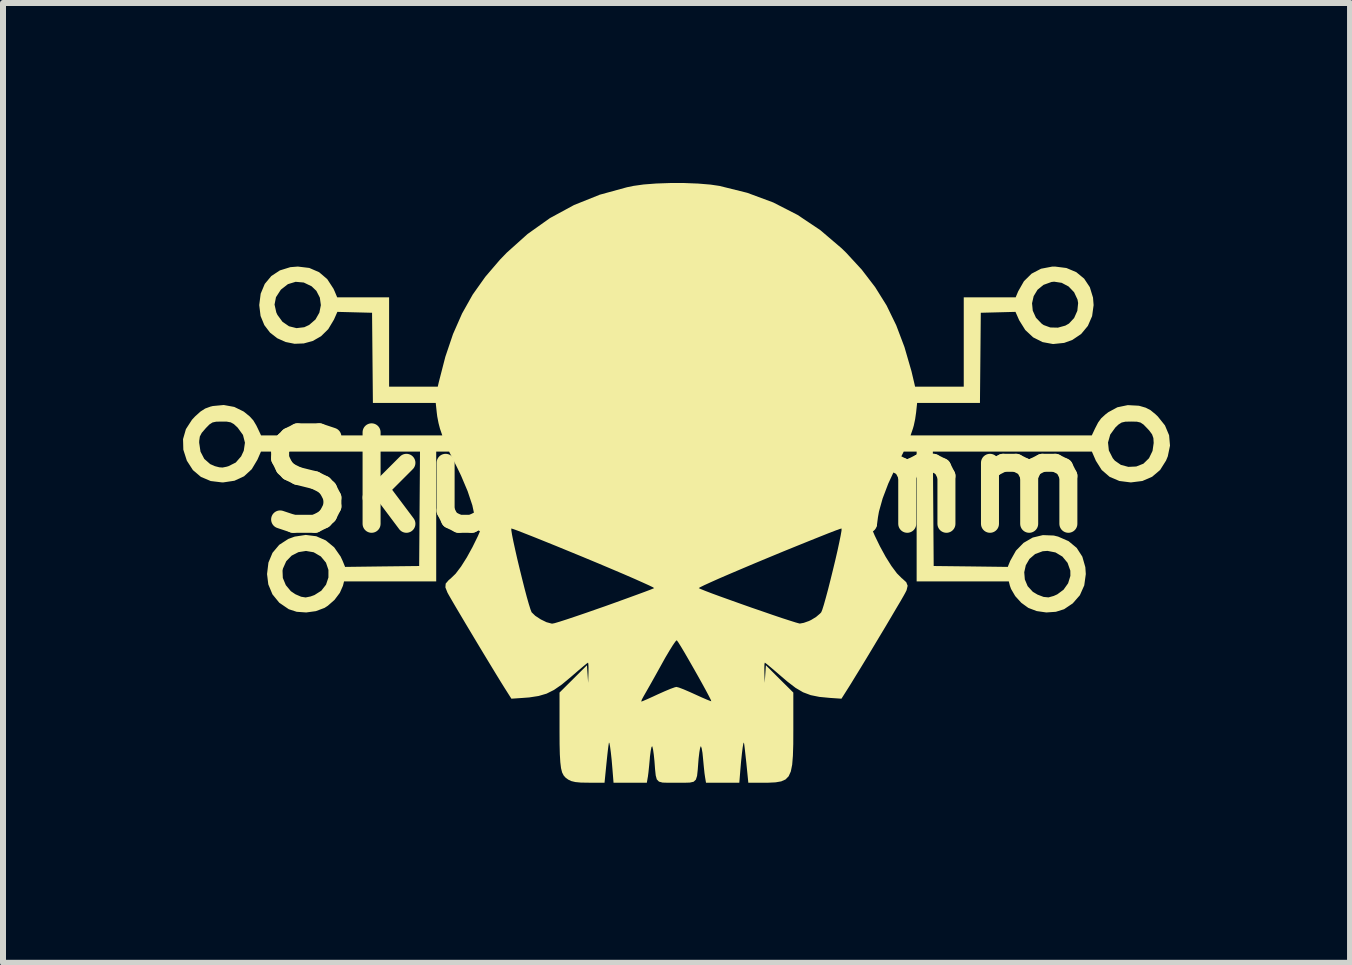
<source format=kicad_pcb>
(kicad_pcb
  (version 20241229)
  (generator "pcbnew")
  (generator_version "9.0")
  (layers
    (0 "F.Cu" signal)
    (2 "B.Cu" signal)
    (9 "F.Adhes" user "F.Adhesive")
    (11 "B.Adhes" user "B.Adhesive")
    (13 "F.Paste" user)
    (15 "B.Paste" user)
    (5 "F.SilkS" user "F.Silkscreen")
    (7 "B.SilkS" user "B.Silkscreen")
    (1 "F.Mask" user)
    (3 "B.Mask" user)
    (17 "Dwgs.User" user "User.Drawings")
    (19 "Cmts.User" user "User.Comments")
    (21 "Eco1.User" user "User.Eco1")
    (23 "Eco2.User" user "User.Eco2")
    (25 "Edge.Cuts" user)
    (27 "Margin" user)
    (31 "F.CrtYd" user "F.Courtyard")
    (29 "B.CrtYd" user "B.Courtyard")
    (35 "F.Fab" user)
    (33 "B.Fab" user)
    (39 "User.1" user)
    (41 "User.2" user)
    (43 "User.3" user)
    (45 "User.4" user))
  (footprint "Skull_10mm"
    (layer "F.Cu")
    (at 8.222 4.989)
    (property "Reference" "Skull_10mm" (at 0 0 0) (layer "F.SilkS") (effects (font (size 1.524 1.524) (thickness 0.3))))
    (attr board_only exclude_from_pos_files exclude_from_bom)
    (fp_poly (pts (xy 0.133 -4.989) (xy 0.362 -4.98) (xy 0.567 -4.963) (xy 0.717 -4.941) (xy 1.18 -4.826) (xy 1.614 -4.665) (xy 2.02 -4.457) (xy 2.399 -4.203) (xy 2.752 -3.902) (xy 2.827 -3.829) (xy 3.088 -3.546) (xy 3.311 -3.255) (xy 3.502 -2.949) (xy 3.663 -2.618) (xy 3.8 -2.256) (xy 3.917 -1.852) (xy 3.96 -1.67) (xy 3.977 -1.596) (xy 4.788 -1.596) (xy 4.788 -2.985) (xy 5.926 -2.985) (xy 5.938 -2.862) (xy 5.991 -2.745) (xy 6.087 -2.645) (xy 6.12 -2.622) (xy 6.23 -2.582) (xy 6.357 -2.579) (xy 6.481 -2.613) (xy 6.541 -2.647) (xy 6.627 -2.739) (xy 6.681 -2.86) (xy 6.694 -2.989) (xy 6.684 -3.047) (xy 6.627 -3.169) (xy 6.535 -3.265) (xy 6.42 -3.326) (xy 6.294 -3.345) (xy 6.25 -3.34) (xy 6.117 -3.292) (xy 6.017 -3.21) (xy 5.953 -3.104) (xy 5.926 -2.985) (xy 4.788 -2.985) (xy 4.788 -3.084) (xy 5.653 -3.084) (xy 5.695 -3.184) (xy 5.791 -3.353) (xy 5.919 -3.479) (xy 6.076 -3.561) (xy 6.26 -3.596) (xy 6.309 -3.597) (xy 6.499 -3.573) (xy 6.663 -3.504) (xy 6.794 -3.396) (xy 6.889 -3.253) (xy 6.942 -3.08) (xy 6.952 -2.955) (xy 6.927 -2.771) (xy 6.856 -2.608) (xy 6.744 -2.473) (xy 6.597 -2.374) (xy 6.461 -2.325) (xy 6.276 -2.306) (xy 6.102 -2.338) (xy 5.945 -2.417) (xy 5.813 -2.54) (xy 5.712 -2.702) (xy 5.707 -2.713) (xy 5.65 -2.842) (xy 5.072 -2.827) (xy 5.065 -2.076) (xy 5.058 -1.325) (xy 4.011 -1.325) (xy 3.994 -1.165) (xy 3.978 -1.054) (xy 3.955 -0.946) (xy 3.94 -0.895) (xy 3.902 -0.784) (xy 6.922 -0.784) (xy 6.976 -0.899) (xy 7.027 -0.998) (xy 7.078 -1.068) (xy 7.15 -1.134) (xy 7.197 -1.17) (xy 7.348 -1.252) (xy 7.521 -1.288) (xy 7.704 -1.278) (xy 7.725 -1.273) (xy 7.821 -1.245) (xy 7.9 -1.204) (xy 7.983 -1.136) (xy 8.021 -1.1) (xy 8.141 -0.95) (xy 8.21 -0.786) (xy 8.225 -0.613) (xy 8.188 -0.434) (xy 8.159 -0.364) (xy 8.06 -0.207) (xy 7.927 -0.094) (xy 7.765 -0.024) (xy 7.574 -0.000009) (xy 7.57 0) (xy 7.381 -0.024) (xy 7.219 -0.093) (xy 7.087 -0.207) (xy 6.989 -0.362) (xy 6.982 -0.379) (xy 6.923 -0.514) (xy 4.273 -0.514) (xy 4.28 0.44) (xy 4.287 1.393) (xy 4.904 1.4) (xy 5.521 1.408) (xy 5.563 1.306) (xy 5.658 1.137) (xy 5.785 1.007) (xy 5.937 0.919) (xy 6.107 0.878) (xy 6.288 0.885) (xy 6.361 0.903) (xy 6.535 0.979) (xy 6.67 1.091) (xy 6.764 1.237) (xy 6.814 1.412) (xy 6.822 1.527) (xy 6.796 1.716) (xy 6.723 1.88) (xy 6.604 2.016) (xy 6.46 2.113) (xy 6.323 2.156) (xy 6.164 2.167) (xy 6.003 2.144) (xy 5.864 2.091) (xy 5.747 2.006) (xy 5.646 1.895) (xy 5.576 1.775) (xy 5.557 1.722) (xy 5.539 1.65) (xy 4.003 1.65) (xy 4.003 1.497) (xy 5.796 1.497) (xy 5.806 1.617) (xy 5.853 1.729) (xy 5.939 1.823) (xy 6.018 1.87) (xy 6.118 1.908) (xy 6.2 1.916) (xy 6.287 1.892) (xy 6.347 1.865) (xy 6.451 1.788) (xy 6.527 1.681) (xy 6.565 1.558) (xy 6.564 1.47) (xy 6.518 1.34) (xy 6.432 1.236) (xy 6.317 1.167) (xy 6.183 1.141) (xy 6.103 1.147) (xy 5.977 1.194) (xy 5.883 1.275) (xy 5.822 1.38) (xy 5.796 1.497) (xy 4.003 1.497) (xy 4.003 -0.514) (xy 3.788 -0.514) (xy 3.655 -0.25) (xy 3.53 0.02) (xy 3.436 0.268) (xy 3.375 0.486) (xy 3.358 0.582) (xy 3.336 0.744) (xy 3.224 0.514) (xy 3.172 0.412) (xy 3.14 0.358) (xy 3.127 0.349) (xy 3.129 0.379) (xy 3.166 0.529) (xy 3.226 0.7) (xy 3.303 0.883) (xy 3.392 1.066) (xy 3.487 1.24) (xy 3.583 1.393) (xy 3.675 1.516) (xy 3.757 1.598) (xy 3.762 1.601) (xy 3.83 1.663) (xy 3.853 1.722) (xy 3.835 1.797) (xy 3.816 1.835) (xy 3.788 1.886) (xy 3.737 1.975) (xy 3.665 2.096) (xy 3.579 2.242) (xy 3.482 2.406) (xy 3.378 2.579) (xy 3.272 2.756) (xy 3.168 2.929) (xy 3.07 3.09) (xy 2.982 3.233) (xy 2.91 3.351) (xy 2.868 3.418) (xy 2.75 3.604) (xy 2.559 3.591) (xy 2.382 3.574) (xy 2.238 3.545) (xy 2.11 3.497) (xy 1.986 3.424) (xy 1.849 3.319) (xy 1.76 3.243) (xy 1.658 3.155) (xy 1.571 3.081) (xy 1.508 3.029) (xy 1.475 3.004) (xy 1.473 3.003) (xy 1.467 3.027) (xy 1.465 3.091) (xy 1.466 3.172) (xy 1.471 3.341) (xy 1.481 3.194) (xy 1.491 3.047) (xy 1.719 3.275) (xy 1.948 3.502) (xy 1.948 4.119) (xy 1.947 4.361) (xy 1.941 4.554) (xy 1.929 4.704) (xy 1.906 4.817) (xy 1.87 4.897) (xy 1.818 4.95) (xy 1.746 4.982) (xy 1.652 4.998) (xy 1.533 5.004) (xy 1.452 5.004) (xy 1.198 5.004) (xy 1.165 4.673) (xy 1.151 4.546) (xy 1.139 4.439) (xy 1.13 4.365) (xy 1.124 4.334) (xy 1.124 4.334) (xy 1.115 4.352) (xy 1.104 4.417) (xy 1.091 4.521) (xy 1.077 4.655) (xy 1.066 4.781) (xy 1.048 5.004) (xy 0.493 5.004) (xy 0.478 4.916) (xy 0.468 4.847) (xy 0.457 4.744) (xy 0.446 4.628) (xy 0.444 4.606) (xy 0.434 4.506) (xy 0.421 4.432) (xy 0.409 4.397) (xy 0.406 4.396) (xy 0.394 4.427) (xy 0.382 4.498) (xy 0.37 4.598) (xy 0.366 4.645) (xy 0.355 4.79) (xy 0.344 4.89) (xy 0.324 4.953) (xy 0.287 4.988) (xy 0.224 5.002) (xy 0.127 5.005) (xy 0 5.004) (xy -0.136 5.005) (xy -0.231 5.002) (xy -0.291 4.986) (xy -0.327 4.949) (xy -0.345 4.883) (xy -0.356 4.78) (xy -0.366 4.645) (xy -0.377 4.538) (xy -0.389 4.453) (xy -0.401 4.403) (xy -0.406 4.396) (xy -0.417 4.415) (xy -0.429 4.476) (xy -0.441 4.568) (xy -0.444 4.606) (xy -0.455 4.723) (xy -0.466 4.83) (xy -0.476 4.907) (xy -0.478 4.916) (xy -0.493 5.004) (xy -1.048 5.004) (xy -1.066 4.781) (xy -1.079 4.627) (xy -1.093 4.498) (xy -1.106 4.401) (xy -1.117 4.345) (xy -1.124 4.334) (xy -1.129 4.362) (xy -1.139 4.434) (xy -1.151 4.538) (xy -1.164 4.664) (xy -1.165 4.673) (xy -1.198 5.004) (xy -1.458 5.004) (xy -1.592 5.002) (xy -1.685 4.993) (xy -1.752 4.977) (xy -1.802 4.953) (xy -1.845 4.922) (xy -1.879 4.884) (xy -1.905 4.833) (xy -1.923 4.761) (xy -1.935 4.662) (xy -1.943 4.53) (xy -1.947 4.358) (xy -1.948 4.139) (xy -1.948 4.114) (xy -1.948 3.65) (xy -0.586 3.65) (xy -0.583 3.652) (xy -0.554 3.641) (xy -0.486 3.612) (xy -0.391 3.569) (xy -0.307 3.53) (xy -0.195 3.48) (xy -0.097 3.439) (xy -0.027 3.414) (xy 0 3.408) (xy 0.043 3.419) (xy 0.122 3.449) (xy 0.224 3.493) (xy 0.31 3.532) (xy 0.418 3.581) (xy 0.506 3.619) (xy 0.564 3.642) (xy 0.581 3.647) (xy 0.572 3.621) (xy 0.539 3.556) (xy 0.489 3.462) (xy 0.426 3.347) (xy 0.354 3.218) (xy 0.278 3.084) (xy 0.203 2.953) (xy 0.134 2.834) (xy 0.075 2.735) (xy 0.031 2.665) (xy 0.007 2.632) (xy 0.005 2.63) (xy -0.016 2.65) (xy -0.058 2.71) (xy -0.116 2.803) (xy -0.186 2.921) (xy -0.257 3.049) (xy -0.337 3.193) (xy -0.412 3.327) (xy -0.476 3.44) (xy -0.524 3.524) (xy -0.547 3.564) (xy -0.577 3.62) (xy -0.586 3.65) (xy -1.948 3.65) (xy -1.948 3.502) (xy -1.491 3.047) (xy -1.481 3.194) (xy -1.471 3.341) (xy -1.466 3.172) (xy -1.465 3.084) (xy -1.468 3.023) (xy -1.473 3.003) (xy -1.496 3.019) (xy -1.552 3.065) (xy -1.634 3.134) (xy -1.732 3.219) (xy -1.76 3.243) (xy -1.91 3.368) (xy -2.04 3.458) (xy -2.164 3.52) (xy -2.297 3.559) (xy -2.453 3.583) (xy -2.559 3.591) (xy -2.75 3.604) (xy -2.868 3.418) (xy -2.926 3.325) (xy -3.002 3.201) (xy -3.092 3.053) (xy -3.192 2.888) (xy -3.297 2.714) (xy -3.403 2.537) (xy -3.506 2.365) (xy -3.601 2.205) (xy -3.684 2.065) (xy -3.751 1.95) (xy -3.797 1.87) (xy -3.816 1.835) (xy -3.85 1.749) (xy -3.845 1.686) (xy -3.795 1.628) (xy -3.762 1.601) (xy -3.68 1.522) (xy -3.589 1.402) (xy -3.493 1.25) (xy -3.398 1.077) (xy -3.308 0.894) (xy -3.254 0.768) (xy -2.752 0.768) (xy -2.751 0.799) (xy -2.739 0.874) (xy -2.717 0.984) (xy -2.687 1.121) (xy -2.652 1.276) (xy -2.612 1.442) (xy -2.571 1.608) (xy -2.531 1.767) (xy -2.493 1.911) (xy -2.459 2.03) (xy -2.432 2.116) (xy -2.414 2.162) (xy -2.413 2.164) (xy -2.352 2.223) (xy -2.262 2.282) (xy -2.166 2.329) (xy -2.082 2.352) (xy -2.067 2.353) (xy -2.028 2.345) (xy -1.944 2.32) (xy -1.823 2.281) (xy -1.671 2.23) (xy -1.495 2.17) (xy -1.301 2.102) (xy -1.2 2.067) (xy -1.002 1.996) (xy -0.82 1.93) (xy -0.661 1.872) (xy -0.53 1.824) (xy -0.435 1.788) (xy -0.381 1.766) (xy -0.372 1.761) (xy -0.372 1.761) (xy 0.372 1.761) (xy 0.372 1.761) (xy 0.405 1.777) (xy 0.482 1.808) (xy 0.594 1.851) (xy 0.736 1.903) (xy 0.898 1.961) (xy 1.074 2.024) (xy 1.255 2.088) (xy 1.436 2.15) (xy 1.606 2.209) (xy 1.76 2.261) (xy 1.89 2.303) (xy 1.988 2.334) (xy 2.046 2.35) (xy 2.057 2.352) (xy 2.122 2.34) (xy 2.207 2.31) (xy 2.245 2.292) (xy 2.327 2.242) (xy 2.394 2.185) (xy 2.413 2.164) (xy 2.43 2.123) (xy 2.456 2.041) (xy 2.489 1.924) (xy 2.527 1.783) (xy 2.567 1.625) (xy 2.608 1.459) (xy 2.648 1.293) (xy 2.684 1.137) (xy 2.714 0.997) (xy 2.737 0.884) (xy 2.751 0.805) (xy 2.752 0.769) (xy 2.752 0.768) (xy 2.725 0.775) (xy 2.653 0.801) (xy 2.541 0.844) (xy 2.393 0.903) (xy 2.216 0.974) (xy 2.013 1.056) (xy 1.789 1.147) (xy 1.55 1.246) (xy 1.545 1.248) (xy 1.307 1.347) (xy 1.085 1.441) (xy 0.885 1.526) (xy 0.711 1.601) (xy 0.568 1.665) (xy 0.461 1.714) (xy 0.394 1.747) (xy 0.372 1.761) (xy -0.372 1.761) (xy -0.392 1.747) (xy -0.458 1.715) (xy -0.564 1.667) (xy -0.705 1.604) (xy -0.878 1.529) (xy -1.078 1.444) (xy -1.298 1.351) (xy -1.536 1.252) (xy -1.545 1.248) (xy -1.784 1.15) (xy -2.008 1.058) (xy -2.211 0.976) (xy -2.39 0.904) (xy -2.538 0.846) (xy -2.651 0.802) (xy -2.723 0.776) (xy -2.751 0.768) (xy -2.752 0.768) (xy -3.254 0.768) (xy -3.23 0.711) (xy -3.169 0.539) (xy -3.13 0.387) (xy -3.129 0.379) (xy -3.127 0.348) (xy -3.143 0.362) (xy -3.177 0.421) (xy -3.224 0.514) (xy -3.336 0.744) (xy -3.358 0.582) (xy -3.401 0.381) (xy -3.479 0.147) (xy -3.589 -0.113) (xy -3.655 -0.25) (xy -3.788 -0.514) (xy -4.003 -0.514) (xy -4.003 1.65) (xy -5.539 1.65) (xy -5.557 1.722) (xy -5.609 1.84) (xy -5.698 1.958) (xy -5.81 2.056) (xy -5.864 2.091) (xy -6.008 2.145) (xy -6.169 2.167) (xy -6.328 2.156) (xy -6.46 2.113) (xy -6.618 2.005) (xy -6.732 1.865) (xy -6.801 1.699) (xy -6.822 1.527) (xy -6.815 1.47) (xy -6.564 1.47) (xy -6.559 1.592) (xy -6.509 1.712) (xy -6.425 1.813) (xy -6.349 1.864) (xy -6.254 1.905) (xy -6.179 1.917) (xy -6.098 1.901) (xy -6.032 1.877) (xy -5.918 1.805) (xy -5.839 1.704) (xy -5.799 1.584) (xy -5.799 1.458) (xy -5.84 1.337) (xy -5.926 1.233) (xy -5.927 1.233) (xy -6.045 1.164) (xy -6.173 1.142) (xy -6.299 1.162) (xy -6.412 1.22) (xy -6.502 1.313) (xy -6.557 1.436) (xy -6.564 1.47) (xy -6.815 1.47) (xy -6.799 1.336) (xy -6.731 1.173) (xy -6.619 1.04) (xy -6.468 0.942) (xy -6.361 0.903) (xy -6.177 0.875) (xy -6.002 0.897) (xy -5.842 0.967) (xy -5.704 1.081) (xy -5.596 1.235) (xy -5.563 1.306) (xy -5.521 1.408) (xy -4.904 1.4) (xy -4.287 1.393) (xy -4.28 0.44) (xy -4.273 -0.514) (xy -6.923 -0.514) (xy -6.982 -0.379) (xy -7.077 -0.22) (xy -7.205 -0.102) (xy -7.365 -0.028) (xy -7.551 -0.000208) (xy -7.57 0) (xy -7.761 -0.023) (xy -7.924 -0.092) (xy -8.057 -0.205) (xy -8.157 -0.36) (xy -8.159 -0.364) (xy -8.217 -0.545) (xy -8.22 -0.662) (xy -7.953 -0.662) (xy -7.931 -0.513) (xy -7.868 -0.392) (xy -7.769 -0.305) (xy -7.692 -0.271) (xy -7.618 -0.252) (xy -7.564 -0.248) (xy -7.498 -0.261) (xy -7.464 -0.271) (xy -7.344 -0.331) (xy -7.253 -0.435) (xy -7.21 -0.528) (xy -7.19 -0.663) (xy -7.191 -0.665) (xy 7.192 -0.665) (xy 7.206 -0.532) (xy 7.271 -0.404) (xy 7.306 -0.362) (xy 7.407 -0.292) (xy 7.531 -0.259) (xy 7.662 -0.265) (xy 7.782 -0.312) (xy 7.785 -0.315) (xy 7.875 -0.403) (xy 7.934 -0.525) (xy 7.953 -0.657) (xy 7.948 -0.739) (xy 7.926 -0.801) (xy 7.878 -0.866) (xy 7.846 -0.9) (xy 7.784 -0.964) (xy 7.733 -0.998) (xy 7.673 -1.012) (xy 7.582 -1.014) (xy 7.576 -1.014) (xy 7.481 -1.012) (xy 7.419 -0.998) (xy 7.367 -0.965) (xy 7.316 -0.917) (xy 7.229 -0.797) (xy 7.192 -0.665) (xy -7.191 -0.665) (xy -7.223 -0.791) (xy -7.31 -0.911) (xy -7.316 -0.917) (xy -7.375 -0.972) (xy -7.427 -1.001) (xy -7.494 -1.013) (xy -7.576 -1.014) (xy -7.67 -1.012) (xy -7.731 -0.999) (xy -7.782 -0.966) (xy -7.843 -0.904) (xy -7.846 -0.9) (xy -7.91 -0.826) (xy -7.942 -0.765) (xy -7.952 -0.694) (xy -7.953 -0.662) (xy -8.22 -0.662) (xy -8.222 -0.721) (xy -8.174 -0.888) (xy -8.073 -1.044) (xy -8.021 -1.1) (xy -7.931 -1.181) (xy -7.853 -1.231) (xy -7.766 -1.263) (xy -7.725 -1.273) (xy -7.543 -1.29) (xy -7.368 -1.258) (xy -7.213 -1.182) (xy -7.197 -1.17) (xy -7.11 -1.099) (xy -7.051 -1.034) (xy -7.002 -0.952) (xy -6.976 -0.899) (xy -6.922 -0.784) (xy -3.902 -0.784) (xy -3.94 -0.895) (xy -3.964 -0.987) (xy -3.986 -1.1) (xy -3.994 -1.165) (xy -4.011 -1.325) (xy -5.058 -1.325) (xy -5.065 -2.076) (xy -5.072 -2.827) (xy -5.65 -2.842) (xy -5.707 -2.713) (xy -5.802 -2.554) (xy -5.922 -2.436) (xy -6.06 -2.357) (xy -6.21 -2.316) (xy -6.363 -2.31) (xy -6.513 -2.34) (xy -6.651 -2.402) (xy -6.772 -2.496) (xy -6.867 -2.621) (xy -6.93 -2.774) (xy -6.952 -2.955) (xy -6.951 -2.964) (xy -6.697 -2.964) (xy -6.668 -2.833) (xy -6.649 -2.792) (xy -6.565 -2.677) (xy -6.456 -2.602) (xy -6.331 -2.571) (xy -6.202 -2.586) (xy -6.12 -2.624) (xy -6.015 -2.715) (xy -5.95 -2.829) (xy -5.925 -2.954) (xy -5.942 -3.079) (xy -6 -3.192) (xy -6.079 -3.268) (xy -6.21 -3.331) (xy -6.345 -3.343) (xy -6.474 -3.304) (xy -6.588 -3.215) (xy -6.595 -3.207) (xy -6.673 -3.087) (xy -6.697 -2.964) (xy -6.951 -2.964) (xy -6.928 -3.145) (xy -6.86 -3.308) (xy -6.751 -3.439) (xy -6.608 -3.533) (xy -6.434 -3.587) (xy -6.309 -3.597) (xy -6.118 -3.574) (xy -5.954 -3.503) (xy -5.819 -3.388) (xy -5.715 -3.228) (xy -5.695 -3.184) (xy -5.653 -3.084) (xy -4.788 -3.084) (xy -4.788 -1.596) (xy -3.977 -1.596) (xy -3.96 -1.67) (xy -3.851 -2.093) (xy -3.723 -2.472) (xy -3.572 -2.815) (xy -3.395 -3.13) (xy -3.185 -3.426) (xy -2.941 -3.711) (xy -2.827 -3.829) (xy -2.48 -4.14) (xy -2.107 -4.405) (xy -1.707 -4.622) (xy -1.279 -4.794) (xy -0.823 -4.919) (xy -0.717 -4.941) (xy -0.546 -4.965) (xy -0.337 -4.981) (xy -0.106 -4.989)) (stroke (width 0) (type solid)) (fill yes) (layer "F.SilkS")))
  (gr_rect
    (start -3 -3)
    (end 19.447 12.994)
    (stroke (width 0.1) (type default))
    (fill no)
    (layer "Edge.Cuts")))
</source>
